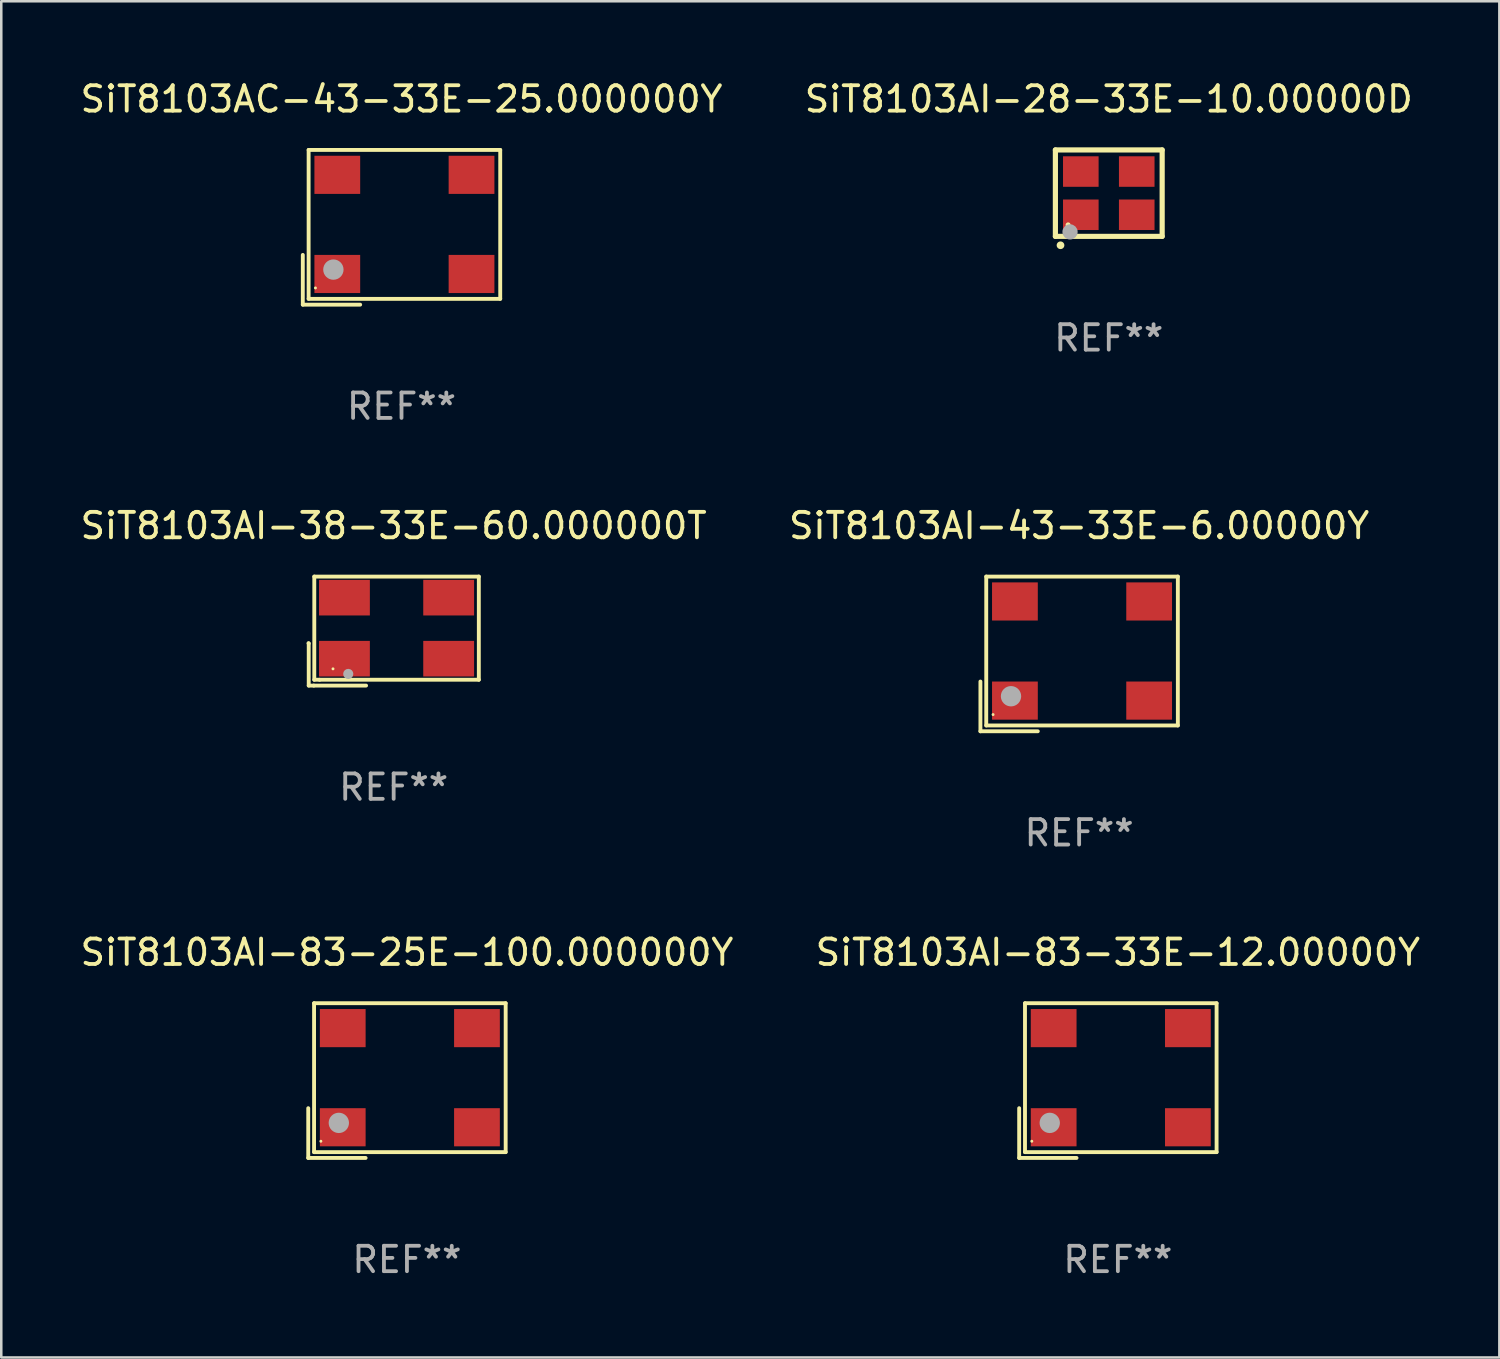
<source format=kicad_pcb>
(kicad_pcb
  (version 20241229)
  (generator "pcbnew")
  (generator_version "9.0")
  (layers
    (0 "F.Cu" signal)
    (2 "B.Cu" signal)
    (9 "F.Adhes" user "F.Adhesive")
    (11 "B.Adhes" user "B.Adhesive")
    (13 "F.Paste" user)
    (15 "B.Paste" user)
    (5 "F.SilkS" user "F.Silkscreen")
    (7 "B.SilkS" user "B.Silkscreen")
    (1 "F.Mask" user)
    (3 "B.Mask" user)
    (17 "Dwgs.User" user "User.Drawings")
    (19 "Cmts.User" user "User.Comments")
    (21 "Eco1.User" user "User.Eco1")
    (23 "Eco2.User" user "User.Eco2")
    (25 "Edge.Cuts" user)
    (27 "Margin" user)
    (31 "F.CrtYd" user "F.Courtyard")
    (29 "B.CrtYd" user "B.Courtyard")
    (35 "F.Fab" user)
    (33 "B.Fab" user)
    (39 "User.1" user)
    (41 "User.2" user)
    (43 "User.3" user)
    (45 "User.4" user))
  (footprint "SiT8103AI-83-25E-100.000000Y"
    (layer "F.Cu")
    (at 12.958 39.456)
    (property "Reference" "SiT8103AI-83-25E-100.000000Y" (at 0 -5.043 0) (layer "F.SilkS") (effects (font (size 1 1) (thickness 0.15))))
    (attr through_hole)
    (fp_line (start -3.883 1.086) (end -3.883 3.043) (stroke (width 0.152) (type solid)) (layer "F.SilkS"))
    (fp_line (start -3.883 3.043) (end -1.626 3.043) (stroke (width 0.152) (type solid)) (layer "F.SilkS"))
    (fp_line (start -3.654 -3.043) (end 3.883 -3.043) (stroke (width 0.152) (type solid)) (layer "F.SilkS"))
    (fp_line (start -3.654 2.814) (end -3.654 -3.043) (stroke (width 0.152) (type solid)) (layer "F.SilkS"))
    (fp_line (start 3.883 -3.043) (end 3.883 2.814) (stroke (width 0.152) (type solid)) (layer "F.SilkS"))
    (fp_line (start 3.883 2.814) (end -3.654 2.814) (stroke (width 0.152) (type solid)) (layer "F.SilkS"))
    (fp_circle (center -3.386 2.386) (end -3.356 2.386) (stroke (width 0.06) (type solid)) (fill no) (layer "F.SilkS"))
    (fp_circle (center -2.68 1.664) (end -2.48 1.664) (stroke (width 0.4) (type solid)) (fill no) (layer "F.Fab"))
    (fp_text user "REF**" (at 0 7.043 0) (layer "F.Fab") (effects (font (size 1 1) (thickness 0.15))))
    (pad "1" smd rect (at -2.526 1.836) (size 1.8 1.5) (layers "F.Cu" "F.Mask" "F.Paste"))
    (pad "2" smd rect (at 2.754 1.836) (size 1.8 1.5) (layers "F.Cu" "F.Mask" "F.Paste"))
    (pad "3" smd rect (at 2.754 -2.064) (size 1.8 1.5) (layers "F.Cu" "F.Mask" "F.Paste"))
    (pad "4" smd rect (at -2.526 -2.064) (size 1.8 1.5) (layers "F.Cu" "F.Mask" "F.Paste")))
  (footprint "SiT8103AI-28-33E-10.00000D"
    (layer "F.Cu")
    (at 40.565 4.548)
    (property "Reference" "SiT8103AI-28-33E-10.00000D" (at 0 -3.7 0) (layer "F.SilkS") (effects (font (size 1 1) (thickness 0.15))))
    (attr through_hole)
    (fp_line (start -2.1 -1.7) (end -2.1 1.7) (stroke (width 0.203) (type solid)) (layer "F.SilkS"))
    (fp_line (start -2.1 1.7) (end 2.1 1.7) (stroke (width 0.203) (type solid)) (layer "F.SilkS"))
    (fp_line (start 2.1 -1.7) (end -2.1 -1.7) (stroke (width 0.203) (type solid)) (layer "F.SilkS"))
    (fp_line (start 2.1 1.7) (end 2.1 -1.7) (stroke (width 0.203) (type solid)) (layer "F.SilkS"))
    (fp_arc (start -1.899924 2.049784) (mid -1.898654 2.049779) (end -1.897384 2.049784) (stroke (width 0.3) (type solid)) (layer "F.SilkS"))
    (fp_circle (center -1.6 1.25) (end -1.55 1.25) (stroke (width 0.1) (type solid)) (fill no) (layer "F.SilkS"))
    (fp_circle (center -1.524 1.524) (end -1.374 1.524) (stroke (width 0.3) (type solid)) (fill no) (layer "F.Fab"))
    (fp_text user "REF**" (at 0 5.7 0) (layer "F.Fab") (effects (font (size 1 1) (thickness 0.15))))
    (pad "1" smd rect (at -1.1 0.85) (size 1.4 1.2) (layers "F.Cu" "F.Mask" "F.Paste"))
    (pad "2" smd rect (at 1.1 0.85) (size 1.4 1.2) (layers "F.Cu" "F.Mask" "F.Paste"))
    (pad "3" smd rect (at 1.1 -0.85) (size 1.4 1.2) (layers "F.Cu" "F.Mask" "F.Paste"))
    (pad "4" smd rect (at -1.1 -0.85) (size 1.4 1.2) (layers "F.Cu" "F.Mask" "F.Paste")))
  (footprint "SiT8103AI-83-33E-12.00000Y"
    (layer "F.Cu")
    (at 40.923 39.456)
    (property "Reference" "SiT8103AI-83-33E-12.00000Y" (at 0 -5.043 0) (layer "F.SilkS") (effects (font (size 1 1) (thickness 0.15))))
    (attr through_hole)
    (fp_line (start -3.883 1.086) (end -3.883 3.043) (stroke (width 0.152) (type solid)) (layer "F.SilkS"))
    (fp_line (start -3.883 3.043) (end -1.626 3.043) (stroke (width 0.152) (type solid)) (layer "F.SilkS"))
    (fp_line (start -3.654 -3.043) (end 3.883 -3.043) (stroke (width 0.152) (type solid)) (layer "F.SilkS"))
    (fp_line (start -3.654 2.814) (end -3.654 -3.043) (stroke (width 0.152) (type solid)) (layer "F.SilkS"))
    (fp_line (start 3.883 -3.043) (end 3.883 2.814) (stroke (width 0.152) (type solid)) (layer "F.SilkS"))
    (fp_line (start 3.883 2.814) (end -3.654 2.814) (stroke (width 0.152) (type solid)) (layer "F.SilkS"))
    (fp_circle (center -3.386 2.386) (end -3.356 2.386) (stroke (width 0.06) (type solid)) (fill no) (layer "F.SilkS"))
    (fp_circle (center -2.68 1.664) (end -2.48 1.664) (stroke (width 0.4) (type solid)) (fill no) (layer "F.Fab"))
    (fp_text user "REF**" (at 0 7.043 0) (layer "F.Fab") (effects (font (size 1 1) (thickness 0.15))))
    (pad "1" smd rect (at -2.526 1.836) (size 1.8 1.5) (layers "F.Cu" "F.Mask" "F.Paste"))
    (pad "2" smd rect (at 2.754 1.836) (size 1.8 1.5) (layers "F.Cu" "F.Mask" "F.Paste"))
    (pad "3" smd rect (at 2.754 -2.064) (size 1.8 1.5) (layers "F.Cu" "F.Mask" "F.Paste"))
    (pad "4" smd rect (at -2.526 -2.064) (size 1.8 1.5) (layers "F.Cu" "F.Mask" "F.Paste")))
  (footprint "SiT8103AC-43-33E-25.000000Y"
    (layer "F.Cu")
    (at 12.744 5.891)
    (property "Reference" "SiT8103AC-43-33E-25.000000Y" (at 0 -5.043 0) (layer "F.SilkS") (effects (font (size 1 1) (thickness 0.15))))
    (attr through_hole)
    (fp_line (start -3.883 1.086) (end -3.883 3.043) (stroke (width 0.152) (type solid)) (layer "F.SilkS"))
    (fp_line (start -3.883 3.043) (end -1.626 3.043) (stroke (width 0.152) (type solid)) (layer "F.SilkS"))
    (fp_line (start -3.654 -3.043) (end 3.883 -3.043) (stroke (width 0.152) (type solid)) (layer "F.SilkS"))
    (fp_line (start -3.654 2.814) (end -3.654 -3.043) (stroke (width 0.152) (type solid)) (layer "F.SilkS"))
    (fp_line (start 3.883 -3.043) (end 3.883 2.814) (stroke (width 0.152) (type solid)) (layer "F.SilkS"))
    (fp_line (start 3.883 2.814) (end -3.654 2.814) (stroke (width 0.152) (type solid)) (layer "F.SilkS"))
    (fp_circle (center -3.386 2.386) (end -3.356 2.386) (stroke (width 0.06) (type solid)) (fill no) (layer "F.SilkS"))
    (fp_circle (center -2.68 1.664) (end -2.48 1.664) (stroke (width 0.4) (type solid)) (fill no) (layer "F.Fab"))
    (fp_text user "REF**" (at 0 7.043 0) (layer "F.Fab") (effects (font (size 1 1) (thickness 0.15))))
    (pad "1" smd rect (at -2.526 1.836) (size 1.8 1.5) (layers "F.Cu" "F.Mask" "F.Paste"))
    (pad "2" smd rect (at 2.754 1.836) (size 1.8 1.5) (layers "F.Cu" "F.Mask" "F.Paste"))
    (pad "3" smd rect (at 2.754 -2.064) (size 1.8 1.5) (layers "F.Cu" "F.Mask" "F.Paste"))
    (pad "4" smd rect (at -2.526 -2.064) (size 1.8 1.5) (layers "F.Cu" "F.Mask" "F.Paste")))
  (footprint "SiT8103AI-38-33E-60.000000T"
    (layer "F.Cu")
    (at 12.435 21.774)
    (property "Reference" "SiT8103AI-38-33E-60.000000T" (at 0 -4.144 0) (layer "F.SilkS") (effects (font (size 1 1) (thickness 0.15))))
    (attr through_hole)
    (fp_line (start -3.35 0.476) (end -3.341 0.485) (stroke (width 0.152) (type solid)) (layer "F.SilkS"))
    (fp_line (start -3.341 0.485) (end -3.341 2.144) (stroke (width 0.152) (type solid)) (layer "F.SilkS"))
    (fp_line (start -3.341 2.144) (end -3.143 2.144) (stroke (width 0.152) (type solid)) (layer "F.SilkS"))
    (fp_line (start -3.143 2.144) (end -1.085 2.144) (stroke (width 0.152) (type solid)) (layer "F.SilkS"))
    (fp_line (start -3.122 -2.144) (end 3.35 -2.144) (stroke (width 0.152) (type solid)) (layer "F.SilkS"))
    (fp_line (start -3.122 1.915) (end -3.122 -2.144) (stroke (width 0.152) (type solid)) (layer "F.SilkS"))
    (fp_line (start -2.914 1.915) (end -3.122 1.915) (stroke (width 0.152) (type solid)) (layer "F.SilkS"))
    (fp_line (start 3.35 -2.144) (end 3.35 1.915) (stroke (width 0.152) (type solid)) (layer "F.SilkS"))
    (fp_line (start 3.35 1.915) (end -2.914 1.915) (stroke (width 0.152) (type solid)) (layer "F.SilkS"))
    (fp_circle (center -2.386 1.486) (end -2.356 1.486) (stroke (width 0.06) (type solid)) (fill no) (layer "F.SilkS"))
    (fp_circle (center -1.786 1.686) (end -1.686 1.686) (stroke (width 0.2) (type solid)) (fill no) (layer "F.Fab"))
    (fp_text user "REF**" (at 0 6.144 0) (layer "F.Fab") (effects (font (size 1 1) (thickness 0.15))))
    (pad "1" smd rect (at -1.936 1.086) (size 2 1.4) (layers "F.Cu" "F.Mask" "F.Paste"))
    (pad "2" smd rect (at 2.164 1.086) (size 2 1.4) (layers "F.Cu" "F.Mask" "F.Paste"))
    (pad "3" smd rect (at 2.164 -1.314) (size 2 1.4) (layers "F.Cu" "F.Mask" "F.Paste"))
    (pad "4" smd rect (at -1.936 -1.314) (size 2 1.4) (layers "F.Cu" "F.Mask" "F.Paste")))
  (footprint "SiT8103AI-43-33E-6.00000Y"
    (layer "F.Cu")
    (at 39.399 22.673)
    (property "Reference" "SiT8103AI-43-33E-6.00000Y" (at 0 -5.043 0) (layer "F.SilkS") (effects (font (size 1 1) (thickness 0.15))))
    (attr through_hole)
    (fp_line (start -3.883 1.086) (end -3.883 3.043) (stroke (width 0.152) (type solid)) (layer "F.SilkS"))
    (fp_line (start -3.883 3.043) (end -1.626 3.043) (stroke (width 0.152) (type solid)) (layer "F.SilkS"))
    (fp_line (start -3.654 -3.043) (end 3.883 -3.043) (stroke (width 0.152) (type solid)) (layer "F.SilkS"))
    (fp_line (start -3.654 2.814) (end -3.654 -3.043) (stroke (width 0.152) (type solid)) (layer "F.SilkS"))
    (fp_line (start 3.883 -3.043) (end 3.883 2.814) (stroke (width 0.152) (type solid)) (layer "F.SilkS"))
    (fp_line (start 3.883 2.814) (end -3.654 2.814) (stroke (width 0.152) (type solid)) (layer "F.SilkS"))
    (fp_circle (center -3.386 2.386) (end -3.356 2.386) (stroke (width 0.06) (type solid)) (fill no) (layer "F.SilkS"))
    (fp_circle (center -2.68 1.664) (end -2.48 1.664) (stroke (width 0.4) (type solid)) (fill no) (layer "F.Fab"))
    (fp_text user "REF**" (at 0 7.043 0) (layer "F.Fab") (effects (font (size 1 1) (thickness 0.15))))
    (pad "1" smd rect (at -2.526 1.836) (size 1.8 1.5) (layers "F.Cu" "F.Mask" "F.Paste"))
    (pad "2" smd rect (at 2.754 1.836) (size 1.8 1.5) (layers "F.Cu" "F.Mask" "F.Paste"))
    (pad "3" smd rect (at 2.754 -2.064) (size 1.8 1.5) (layers "F.Cu" "F.Mask" "F.Paste"))
    (pad "4" smd rect (at -2.526 -2.064) (size 1.8 1.5) (layers "F.Cu" "F.Mask" "F.Paste")))
  (gr_rect
    (start -3 -3)
    (end 55.929 50.347)
    (stroke (width 0.1) (type default))
    (fill no)
    (layer "Edge.Cuts")))
</source>
